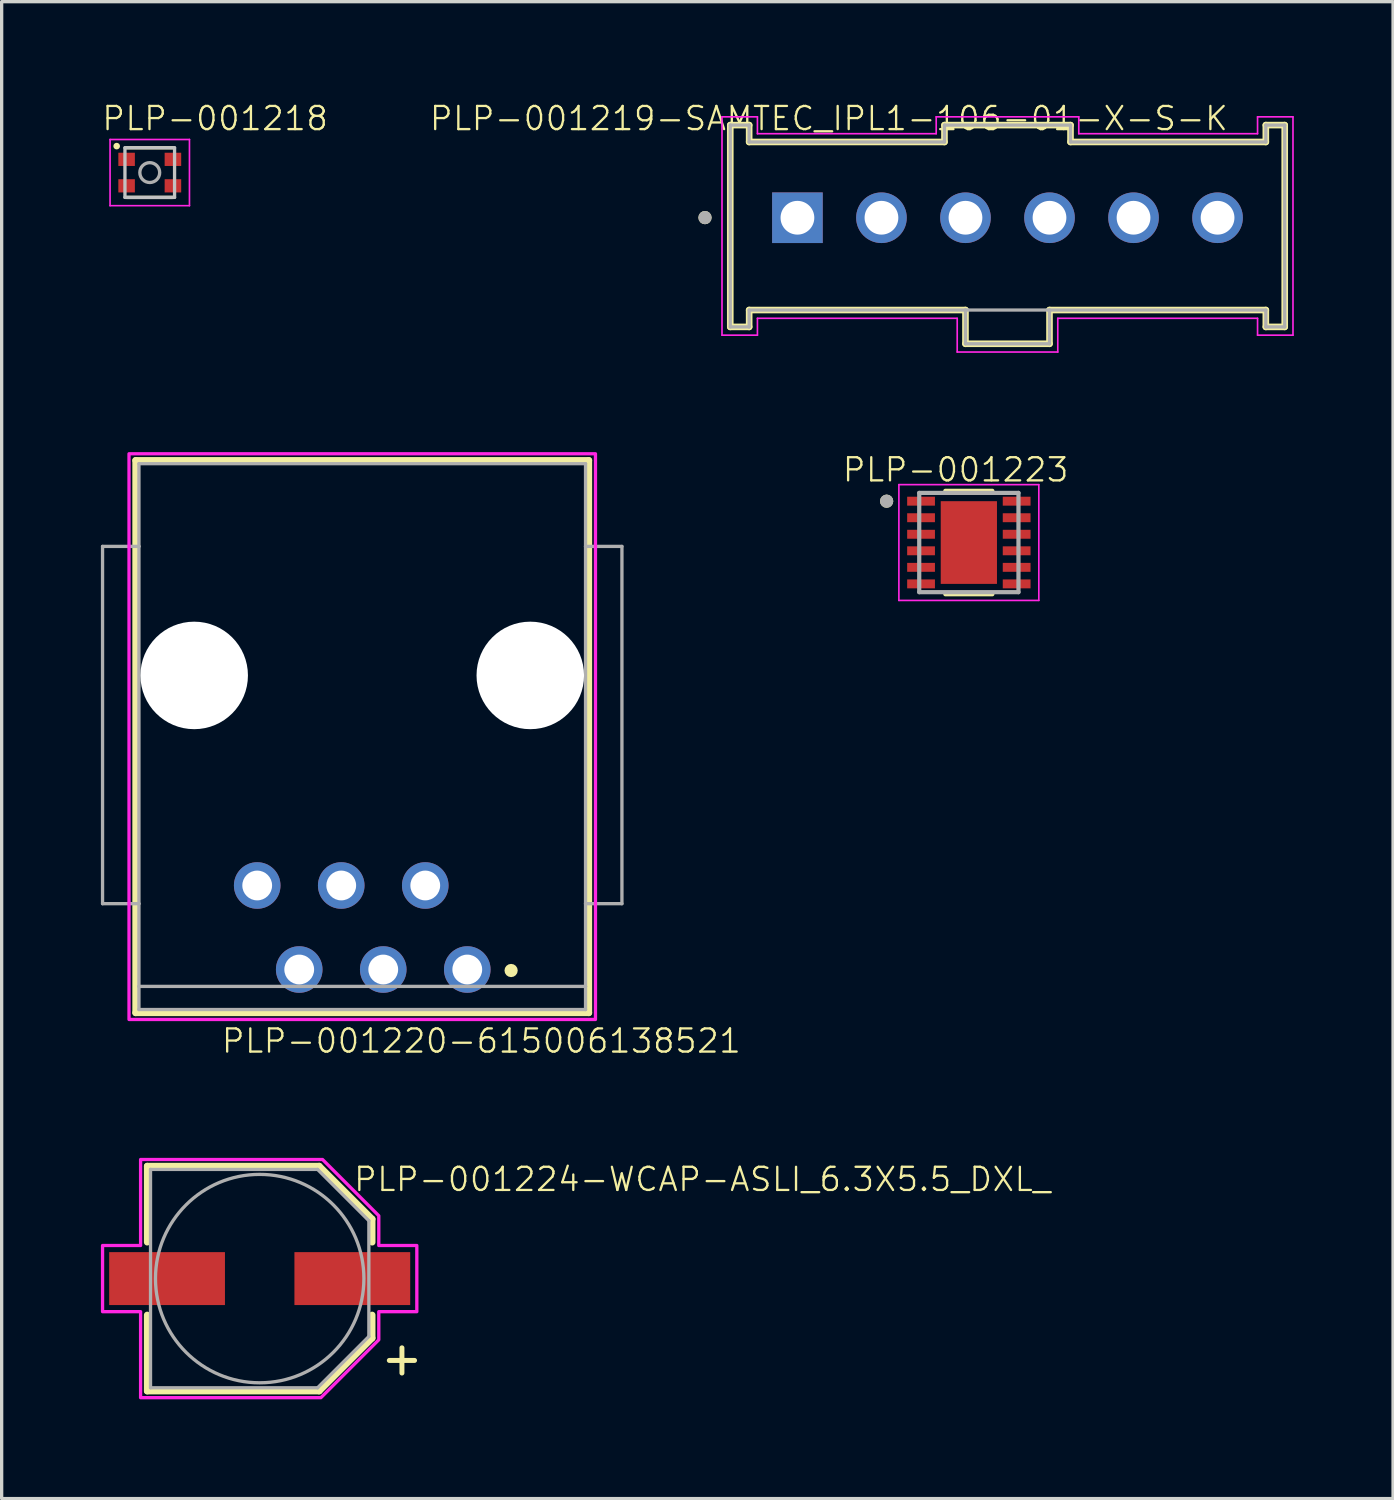
<source format=kicad_pcb>
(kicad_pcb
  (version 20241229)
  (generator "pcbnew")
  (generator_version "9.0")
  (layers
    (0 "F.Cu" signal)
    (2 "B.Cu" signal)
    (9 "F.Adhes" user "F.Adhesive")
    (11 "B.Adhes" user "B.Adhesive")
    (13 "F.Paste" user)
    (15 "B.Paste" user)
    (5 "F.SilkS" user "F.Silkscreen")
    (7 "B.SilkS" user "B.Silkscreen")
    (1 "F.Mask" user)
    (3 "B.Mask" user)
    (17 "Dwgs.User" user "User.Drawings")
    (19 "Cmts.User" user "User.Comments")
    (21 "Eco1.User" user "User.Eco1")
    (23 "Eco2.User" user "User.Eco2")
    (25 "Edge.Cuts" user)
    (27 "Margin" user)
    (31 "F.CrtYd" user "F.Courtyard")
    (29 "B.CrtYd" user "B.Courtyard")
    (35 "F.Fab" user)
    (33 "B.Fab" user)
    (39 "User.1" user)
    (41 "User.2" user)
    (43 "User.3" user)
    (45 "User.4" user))
  (footprint "PLP-001224-WCAP-ASLI_6.3X5.5_DXL_"
    (layer "F.Cu")
    (at 4.8 35.6)
    (property "Reference" "PLP-001224-WCAP-ASLI_6.3X5.5_DXL_" (at 2.8 -3 0) (layer "F.SilkS") (effects (font (size 0.7 0.7) (thickness 0.07)) (justify left)))
    (attr smd)
    (fp_line (start -3.4 -3.4) (end -3.4 -1.1) (stroke (width 0.2) (type solid)) (layer "F.SilkS"))
    (fp_line (start -3.4 -3.4) (end 1.8 -3.4) (stroke (width 0.2) (type solid)) (layer "F.SilkS"))
    (fp_line (start -3.4 3.4) (end -3.4 1.1) (stroke (width 0.2) (type solid)) (layer "F.SilkS"))
    (fp_line (start -3.4 3.4) (end 1.8 3.4) (stroke (width 0.2) (type solid)) (layer "F.SilkS"))
    (fp_line (start 1.8 -3.4) (end 3.4 -1.8) (stroke (width 0.2) (type solid)) (layer "F.SilkS"))
    (fp_line (start 1.8 3.4) (end 3.4 1.8) (stroke (width 0.2) (type solid)) (layer "F.SilkS"))
    (fp_line (start 3.4 -1.8) (end 3.4 -1.1) (stroke (width 0.2) (type solid)) (layer "F.SilkS"))
    (fp_line (start 3.4 1.8) (end 3.4 1.1) (stroke (width 0.2) (type solid)) (layer "F.SilkS"))
    (fp_poly (pts (xy 1.9 -3.6) (xy -3.6 -3.6) (xy -3.6 -1) (xy -4.75 -1) (xy -4.75 1) (xy -3.6 1) (xy -3.6 3.6) (xy 1.85 3.6) (xy 3.6 1.85) (xy 3.6 1) (xy 4.75 1) (xy 4.75 -1) (xy 3.6 -1) (xy 3.6 -1.9)) (stroke (width 0.1) (type solid)) (fill no) (layer "F.CrtYd"))
    (fp_line (start -3.3 -3.3) (end -3.3 3.3) (stroke (width 0.1) (type solid)) (layer "F.Fab"))
    (fp_line (start -3.3 3.3) (end 1.75 3.3) (stroke (width 0.1) (type solid)) (layer "F.Fab"))
    (fp_line (start 1.75 -3.3) (end -3.3 -3.3) (stroke (width 0.1) (type solid)) (layer "F.Fab"))
    (fp_line (start 1.75 3.3) (end 3.3 1.75) (stroke (width 0.1) (type solid)) (layer "F.Fab"))
    (fp_line (start 3.3 -1.75) (end 1.75 -3.3) (stroke (width 0.1) (type solid)) (layer "F.Fab"))
    (fp_line (start 3.3 1.75) (end 3.3 -1.75) (stroke (width 0.1) (type solid)) (layer "F.Fab"))
    (fp_circle (center 0 0) (end 3.15 0) (stroke (width 0.1) (type solid)) (fill no) (layer "F.Fab"))
    (fp_text user "+" (at 4.3 2.4 0) (layer "F.SilkS") (effects (font (size 1 1) (thickness 0.15))))
    (pad "1" smd rect (at 2.8 0) (size 3.5 1.6) (layers "F.Cu" "F.Mask" "F.Paste"))
    (pad "2" smd rect (at -2.8 0) (size 3.5 1.6) (layers "F.Cu" "F.Mask" "F.Paste")))
  (footprint "PLP-001218"
    (layer "F.Cu")
    (at 1.477 2.167)
    (property "Reference" "PLP-001218" (at 1.975 -1.635 0) (layer "F.SilkS") (effects (font (size 0.7 0.7) (thickness 0.07))))
    (attr smd)
    (fp_line (start -0.7 -0.75) (end 0.7 -0.75) (stroke (width 0.1) (type solid)) (layer "F.SilkS"))
    (fp_line (start -0.7 0.75) (end 0.7 0.75) (stroke (width 0.1) (type solid)) (layer "F.SilkS"))
    (fp_circle (center -1 -0.8) (end -0.95 -0.8) (stroke (width 0.1) (type solid)) (fill no) (layer "F.SilkS"))
    (fp_line (start -0.75 -0.75) (end -0.75 0.75) (stroke (width 0.1) (type solid)) (layer "Dwgs.User"))
    (fp_line (start -0.75 0.75) (end 0.75 0.75) (stroke (width 0.1) (type solid)) (layer "Dwgs.User"))
    (fp_line (start 0.75 -0.75) (end -0.75 -0.75) (stroke (width 0.1) (type solid)) (layer "Dwgs.User"))
    (fp_line (start 0.75 0.75) (end 0.75 -0.75) (stroke (width 0.1) (type solid)) (layer "Dwgs.User"))
    (fp_line (start -1.2 -1) (end -1.2 1) (stroke (width 0.05) (type solid)) (layer "F.CrtYd"))
    (fp_line (start -1.2 1) (end 1.2 1) (stroke (width 0.05) (type solid)) (layer "F.CrtYd"))
    (fp_line (start 1.2 -1) (end -1.2 -1) (stroke (width 0.05) (type solid)) (layer "F.CrtYd"))
    (fp_line (start 1.2 1) (end 1.2 -1) (stroke (width 0.05) (type solid)) (layer "F.CrtYd"))
    (fp_circle (center 0 0) (end 0.3 0) (stroke (width 0.1) (type solid)) (fill no) (layer "F.Fab"))
    (pad "1" smd rect (at -0.7 -0.4) (size 0.5 0.4) (layers "F.Cu" "F.Mask" "F.Paste"))
    (pad "2" smd rect (at -0.7 0.4) (size 0.5 0.4) (layers "F.Cu" "F.Mask" "F.Paste"))
    (pad "3" smd rect (at 0.7 0.4) (size 0.5 0.4) (layers "F.Cu" "F.Mask" "F.Paste"))
    (pad "4" smd rect (at 0.7 -0.4) (size 0.5 0.4) (layers "F.Cu" "F.Mask" "F.Paste")))
  (footprint "PLP-001219-SAMTEC_IPL1-106-01-X-S-K"
    (layer "F.Cu")
    (at 27.405 3.532)
    (property "Reference" "PLP-001219-SAMTEC_IPL1-106-01-X-S-K" (at -5.4 -3 0) (layer "F.SilkS") (effects (font (size 0.7 0.7) (thickness 0.07))))
    (attr through_hole)
    (fp_line (start -8.38 -2.8) (end -8.38 3.3) (stroke (width 0.2) (type solid)) (layer "F.SilkS"))
    (fp_line (start -8.38 3.3) (end -7.809 3.3) (stroke (width 0.2) (type solid)) (layer "F.SilkS"))
    (fp_line (start -7.809 -2.8) (end -8.38 -2.8) (stroke (width 0.2) (type solid)) (layer "F.SilkS"))
    (fp_line (start -7.809 -2.29) (end -7.809 -2.8) (stroke (width 0.2) (type solid)) (layer "F.SilkS"))
    (fp_line (start -7.809 2.79) (end -1.27 2.79) (stroke (width 0.2) (type solid)) (layer "F.SilkS"))
    (fp_line (start -7.809 3.3) (end -7.809 2.79) (stroke (width 0.2) (type solid)) (layer "F.SilkS"))
    (fp_line (start -1.905 -2.8) (end -1.905 -2.29) (stroke (width 0.2) (type solid)) (layer "F.SilkS"))
    (fp_line (start -1.905 -2.29) (end -7.809 -2.29) (stroke (width 0.2) (type solid)) (layer "F.SilkS"))
    (fp_line (start -1.27 2.79) (end -1.27 3.81) (stroke (width 0.2) (type solid)) (layer "F.SilkS"))
    (fp_line (start -1.27 3.81) (end 1.27 3.81) (stroke (width 0.2) (type solid)) (layer "F.SilkS"))
    (fp_line (start 1.27 2.79) (end 7.809 2.79) (stroke (width 0.2) (type solid)) (layer "F.SilkS"))
    (fp_line (start 1.27 3.81) (end 1.27 2.79) (stroke (width 0.2) (type solid)) (layer "F.SilkS"))
    (fp_line (start 1.905 -2.8) (end -1.905 -2.8) (stroke (width 0.2) (type solid)) (layer "F.SilkS"))
    (fp_line (start 1.905 -2.29) (end 1.905 -2.8) (stroke (width 0.2) (type solid)) (layer "F.SilkS"))
    (fp_line (start 7.809 -2.8) (end 7.809 -2.29) (stroke (width 0.2) (type solid)) (layer "F.SilkS"))
    (fp_line (start 7.809 -2.29) (end 1.905 -2.29) (stroke (width 0.2) (type solid)) (layer "F.SilkS"))
    (fp_line (start 7.809 2.79) (end 7.809 3.3) (stroke (width 0.2) (type solid)) (layer "F.SilkS"))
    (fp_line (start 7.809 3.3) (end 8.38 3.3) (stroke (width 0.2) (type solid)) (layer "F.SilkS"))
    (fp_line (start 8.38 -2.8) (end 7.809 -2.8) (stroke (width 0.2) (type solid)) (layer "F.SilkS"))
    (fp_line (start 8.38 3.3) (end 8.38 -2.8) (stroke (width 0.2) (type solid)) (layer "F.SilkS"))
    (fp_circle (center -9.144 -0.004) (end -9.044 -0.004) (stroke (width 0.2) (type solid)) (fill no) (layer "F.SilkS"))
    (fp_line (start -8.63 -3.05) (end -7.559 -3.05) (stroke (width 0.05) (type solid)) (layer "F.CrtYd"))
    (fp_line (start -8.63 3.55) (end -8.63 -3.05) (stroke (width 0.05) (type solid)) (layer "F.CrtYd"))
    (fp_line (start -7.559 -3.05) (end -7.559 -2.54) (stroke (width 0.05) (type solid)) (layer "F.CrtYd"))
    (fp_line (start -7.559 -2.54) (end -2.155 -2.54) (stroke (width 0.05) (type solid)) (layer "F.CrtYd"))
    (fp_line (start -7.559 3.04) (end -7.559 3.55) (stroke (width 0.05) (type solid)) (layer "F.CrtYd"))
    (fp_line (start -7.559 3.55) (end -8.63 3.55) (stroke (width 0.05) (type solid)) (layer "F.CrtYd"))
    (fp_line (start -2.155 -3.05) (end 2.155 -3.05) (stroke (width 0.05) (type solid)) (layer "F.CrtYd"))
    (fp_line (start -2.155 -2.54) (end -2.155 -3.05) (stroke (width 0.05) (type solid)) (layer "F.CrtYd"))
    (fp_line (start -1.52 3.04) (end -7.559 3.04) (stroke (width 0.05) (type solid)) (layer "F.CrtYd"))
    (fp_line (start -1.52 4.06) (end -1.52 3.04) (stroke (width 0.05) (type solid)) (layer "F.CrtYd"))
    (fp_line (start 1.52 3.04) (end 1.52 4.06) (stroke (width 0.05) (type solid)) (layer "F.CrtYd"))
    (fp_line (start 1.52 4.06) (end -1.52 4.06) (stroke (width 0.05) (type solid)) (layer "F.CrtYd"))
    (fp_line (start 2.155 -3.05) (end 2.155 -2.54) (stroke (width 0.05) (type solid)) (layer "F.CrtYd"))
    (fp_line (start 2.155 -2.54) (end 7.559 -2.54) (stroke (width 0.05) (type solid)) (layer "F.CrtYd"))
    (fp_line (start 7.559 -3.05) (end 8.63 -3.05) (stroke (width 0.05) (type solid)) (layer "F.CrtYd"))
    (fp_line (start 7.559 -2.54) (end 7.559 -3.05) (stroke (width 0.05) (type solid)) (layer "F.CrtYd"))
    (fp_line (start 7.559 3.04) (end 1.52 3.04) (stroke (width 0.05) (type solid)) (layer "F.CrtYd"))
    (fp_line (start 7.559 3.55) (end 7.559 3.04) (stroke (width 0.05) (type solid)) (layer "F.CrtYd"))
    (fp_line (start 8.63 -3.05) (end 8.63 3.55) (stroke (width 0.05) (type solid)) (layer "F.CrtYd"))
    (fp_line (start 8.63 3.55) (end 7.559 3.55) (stroke (width 0.05) (type solid)) (layer "F.CrtYd"))
    (fp_line (start -8.38 -2.8) (end -8.38 3.3) (stroke (width 0.1) (type solid)) (layer "F.Fab"))
    (fp_line (start -8.38 3.3) (end -7.809 3.3) (stroke (width 0.1) (type solid)) (layer "F.Fab"))
    (fp_line (start -7.809 -2.8) (end -8.38 -2.8) (stroke (width 0.1) (type solid)) (layer "F.Fab"))
    (fp_line (start -7.809 -2.29) (end -7.809 -2.8) (stroke (width 0.1) (type solid)) (layer "F.Fab"))
    (fp_line (start -7.809 2.79) (end -1.27 2.79) (stroke (width 0.1) (type solid)) (layer "F.Fab"))
    (fp_line (start -7.809 3.3) (end -7.809 2.79) (stroke (width 0.1) (type solid)) (layer "F.Fab"))
    (fp_line (start -1.905 -2.8) (end -1.905 -2.29) (stroke (width 0.1) (type solid)) (layer "F.Fab"))
    (fp_line (start -1.905 -2.29) (end -7.809 -2.29) (stroke (width 0.1) (type solid)) (layer "F.Fab"))
    (fp_line (start -1.27 2.79) (end -1.27 3.81) (stroke (width 0.1) (type solid)) (layer "F.Fab"))
    (fp_line (start -1.27 2.79) (end 1.27 2.79) (stroke (width 0.1) (type solid)) (layer "F.Fab"))
    (fp_line (start -1.27 3.81) (end 1.27 3.81) (stroke (width 0.1) (type solid)) (layer "F.Fab"))
    (fp_line (start 1.27 2.79) (end 7.809 2.79) (stroke (width 0.1) (type solid)) (layer "F.Fab"))
    (fp_line (start 1.27 3.81) (end 1.27 2.79) (stroke (width 0.1) (type solid)) (layer "F.Fab"))
    (fp_line (start 1.905 -2.8) (end -1.905 -2.8) (stroke (width 0.1) (type solid)) (layer "F.Fab"))
    (fp_line (start 1.905 -2.29) (end 1.905 -2.8) (stroke (width 0.1) (type solid)) (layer "F.Fab"))
    (fp_line (start 7.809 -2.8) (end 7.809 -2.29) (stroke (width 0.1) (type solid)) (layer "F.Fab"))
    (fp_line (start 7.809 -2.29) (end 1.905 -2.29) (stroke (width 0.1) (type solid)) (layer "F.Fab"))
    (fp_line (start 7.809 2.79) (end 7.809 3.3) (stroke (width 0.1) (type solid)) (layer "F.Fab"))
    (fp_line (start 7.809 3.3) (end 8.38 3.3) (stroke (width 0.1) (type solid)) (layer "F.Fab"))
    (fp_line (start 8.38 -2.8) (end 7.809 -2.8) (stroke (width 0.1) (type solid)) (layer "F.Fab"))
    (fp_line (start 8.38 3.3) (end 8.38 -2.8) (stroke (width 0.1) (type solid)) (layer "F.Fab"))
    (fp_circle (center -9.144 -0.004) (end -9.044 -0.004) (stroke (width 0.2) (type solid)) (fill no) (layer "F.Fab"))
    (pad "01" thru_hole rect (at -6.35 0) (size 1.53 1.53) (drill 1.02) (layers "*.Cu" "*.Mask"))
    (pad "02" thru_hole circle (at -3.81 0) (size 1.53 1.53) (drill 1.02) (layers "*.Cu" "*.Mask"))
    (pad "03" thru_hole circle (at -1.27 0) (size 1.53 1.53) (drill 1.02) (layers "*.Cu" "*.Mask"))
    (pad "04" thru_hole circle (at 1.27 0) (size 1.53 1.53) (drill 1.02) (layers "*.Cu" "*.Mask"))
    (pad "05" thru_hole circle (at 3.81 0) (size 1.53 1.53) (drill 1.02) (layers "*.Cu" "*.Mask"))
    (pad "06" thru_hole circle (at 6.35 0) (size 1.53 1.53) (drill 1.02) (layers "*.Cu" "*.Mask")))
  (footprint "PLP-001223"
    (layer "F.Cu")
    (at 26.237 13.35)
    (property "Reference" "PLP-001223" (at -0.4 -2.2 0) (layer "F.SilkS") (effects (font (size 0.7 0.7) (thickness 0.07))))
    (attr smd)
    (fp_poly (pts (xy -1.915 -1.435) (xy -0.975 -1.435) (xy -0.975 -1.065) (xy -1.915 -1.065)) (stroke (width 0.01) (type solid)) (fill yes) (layer "F.Mask"))
    (fp_poly (pts (xy -1.915 -0.935) (xy -0.975 -0.935) (xy -0.975 -0.565) (xy -1.915 -0.565)) (stroke (width 0.01) (type solid)) (fill yes) (layer "F.Mask"))
    (fp_poly (pts (xy -1.915 -0.435) (xy -0.975 -0.435) (xy -0.975 -0.065) (xy -1.915 -0.065)) (stroke (width 0.01) (type solid)) (fill yes) (layer "F.Mask"))
    (fp_poly (pts (xy -1.915 0.065) (xy -0.975 0.065) (xy -0.975 0.435) (xy -1.915 0.435)) (stroke (width 0.01) (type solid)) (fill yes) (layer "F.Mask"))
    (fp_poly (pts (xy -1.915 0.565) (xy -0.975 0.565) (xy -0.975 0.935) (xy -1.915 0.935)) (stroke (width 0.01) (type solid)) (fill yes) (layer "F.Mask"))
    (fp_poly (pts (xy -1.915 1.065) (xy -0.975 1.065) (xy -0.975 1.435) (xy -1.915 1.435)) (stroke (width 0.01) (type solid)) (fill yes) (layer "F.Mask"))
    (fp_poly (pts (xy -0.9 -1.3) (xy 0.9 -1.3) (xy 0.9 1.3) (xy -0.9 1.3)) (stroke (width 0.01) (type solid)) (fill yes) (layer "F.Mask"))
    (fp_poly (pts (xy 0.975 -1.435) (xy 1.915 -1.435) (xy 1.915 -1.065) (xy 0.975 -1.065)) (stroke (width 0.01) (type solid)) (fill yes) (layer "F.Mask"))
    (fp_poly (pts (xy 0.975 -0.935) (xy 1.915 -0.935) (xy 1.915 -0.565) (xy 0.975 -0.565)) (stroke (width 0.01) (type solid)) (fill yes) (layer "F.Mask"))
    (fp_poly (pts (xy 0.975 -0.435) (xy 1.915 -0.435) (xy 1.915 -0.065) (xy 0.975 -0.065)) (stroke (width 0.01) (type solid)) (fill yes) (layer "F.Mask"))
    (fp_poly (pts (xy 0.975 0.065) (xy 1.915 0.065) (xy 1.915 0.435) (xy 0.975 0.435)) (stroke (width 0.01) (type solid)) (fill yes) (layer "F.Mask"))
    (fp_poly (pts (xy 0.975 0.565) (xy 1.915 0.565) (xy 1.915 0.935) (xy 0.975 0.935)) (stroke (width 0.01) (type solid)) (fill yes) (layer "F.Mask"))
    (fp_poly (pts (xy 0.975 1.065) (xy 1.915 1.065) (xy 1.915 1.435) (xy 0.975 1.435)) (stroke (width 0.01) (type solid)) (fill yes) (layer "F.Mask"))
    (fp_line (start -0.71 -1.563) (end 0.71 -1.563) (stroke (width 0.127) (type solid)) (layer "F.SilkS"))
    (fp_line (start -0.71 1.563) (end 0.71 1.563) (stroke (width 0.127) (type solid)) (layer "F.SilkS"))
    (fp_circle (center -2.485 -1.25) (end -2.385 -1.25) (stroke (width 0.2) (type solid)) (fill no) (layer "F.SilkS"))
    (fp_poly (pts (xy -0.54 -0.79) (xy 0.54 -0.79) (xy 0.54 0.79) (xy -0.54 0.79)) (stroke (width 0.01) (type solid)) (fill yes) (layer "F.Paste"))
    (fp_line (start -2.115 -1.75) (end -2.115 1.75) (stroke (width 0.05) (type solid)) (layer "F.CrtYd"))
    (fp_line (start -2.115 -1.75) (end 2.115 -1.75) (stroke (width 0.05) (type solid)) (layer "F.CrtYd"))
    (fp_line (start -2.115 1.75) (end 2.115 1.75) (stroke (width 0.05) (type solid)) (layer "F.CrtYd"))
    (fp_line (start 2.115 -1.75) (end 2.115 1.75) (stroke (width 0.05) (type solid)) (layer "F.CrtYd"))
    (fp_line (start -1.5 -1.5) (end -1.5 1.5) (stroke (width 0.127) (type solid)) (layer "F.Fab"))
    (fp_line (start -1.5 -1.5) (end 1.5 -1.5) (stroke (width 0.127) (type solid)) (layer "F.Fab"))
    (fp_line (start -1.5 1.5) (end 1.5 1.5) (stroke (width 0.127) (type solid)) (layer "F.Fab"))
    (fp_line (start 1.5 -1.5) (end 1.5 1.5) (stroke (width 0.127) (type solid)) (layer "F.Fab"))
    (fp_circle (center -2.485 -1.25) (end -2.385 -1.25) (stroke (width 0.2) (type solid)) (fill no) (layer "F.Fab"))
    (pad "1" smd rect (at -1.445 -1.25) (size 0.84 0.27) (layers "F.Cu" "F.Paste"))
    (pad "2" smd rect (at -1.445 -0.75) (size 0.84 0.27) (layers "F.Cu" "F.Paste"))
    (pad "3" smd rect (at -1.445 -0.25) (size 0.84 0.27) (layers "F.Cu" "F.Paste"))
    (pad "4" smd rect (at -1.445 0.25) (size 0.84 0.27) (layers "F.Cu" "F.Paste"))
    (pad "5" smd rect (at -1.445 0.75) (size 0.84 0.27) (layers "F.Cu" "F.Paste"))
    (pad "6" smd rect (at -1.445 1.25) (size 0.84 0.27) (layers "F.Cu" "F.Paste"))
    (pad "7" smd rect (at 1.445 1.25) (size 0.84 0.27) (layers "F.Cu" "F.Paste"))
    (pad "8" smd rect (at 1.445 0.75) (size 0.84 0.27) (layers "F.Cu" "F.Paste"))
    (pad "9" smd rect (at 1.445 0.25) (size 0.84 0.27) (layers "F.Cu" "F.Paste"))
    (pad "10" smd rect (at 1.445 -0.25) (size 0.84 0.27) (layers "F.Cu" "F.Paste"))
    (pad "11" smd rect (at 1.445 -0.75) (size 0.84 0.27) (layers "F.Cu" "F.Paste"))
    (pad "12" smd rect (at 1.445 -1.25) (size 0.84 0.27) (layers "F.Cu" "F.Paste"))
    (pad "13" smd rect (at 0 0) (size 1.7 2.5) (layers "F.Cu")))
  (footprint "PLP-001220-615006138521"
    (layer "F.Cu")
    (at 7.9 19.217)
    (property "Reference" "PLP-001220-615006138521" (at 3.6 9.2 0) (layer "F.SilkS") (effects (font (size 0.7 0.7) (thickness 0.07))))
    (attr through_hole)
    (fp_line (start -6.85 -8.35) (end 6.85 -8.35) (stroke (width 0.2) (type solid)) (layer "F.SilkS"))
    (fp_line (start -6.85 8.35) (end -6.85 -8.35) (stroke (width 0.2) (type solid)) (layer "F.SilkS"))
    (fp_line (start 6.85 -8.35) (end 6.85 8.35) (stroke (width 0.2) (type solid)) (layer "F.SilkS"))
    (fp_line (start 6.85 8.35) (end -6.85 8.35) (stroke (width 0.2) (type solid)) (layer "F.SilkS"))
    (fp_circle (center 4.5 7.07) (end 4.6 7.07) (stroke (width 0.2) (type solid)) (fill no) (layer "F.SilkS"))
    (fp_poly (pts (xy -7.05 -8.55) (xy 7.05 -8.55) (xy 7.05 8.55) (xy -7.05 8.55)) (stroke (width 0.1) (type solid)) (fill no) (layer "F.CrtYd"))
    (fp_line (start -7.85 -5.75) (end -7.85 5.05) (stroke (width 0.1) (type solid)) (layer "F.Fab"))
    (fp_line (start -7.85 5.05) (end -6.75 5.05) (stroke (width 0.1) (type solid)) (layer "F.Fab"))
    (fp_line (start -6.75 -8.25) (end -6.75 -5.75) (stroke (width 0.1) (type solid)) (layer "F.Fab"))
    (fp_line (start -6.75 -5.75) (end -7.85 -5.75) (stroke (width 0.1) (type solid)) (layer "F.Fab"))
    (fp_line (start -6.75 -5.75) (end -6.75 5.05) (stroke (width 0.1) (type solid)) (layer "F.Fab"))
    (fp_line (start -6.75 5.05) (end -6.75 7.55) (stroke (width 0.1) (type solid)) (layer "F.Fab"))
    (fp_line (start -6.75 7.55) (end -6.75 8.25) (stroke (width 0.1) (type solid)) (layer "F.Fab"))
    (fp_line (start -6.75 7.55) (end 6.75 7.55) (stroke (width 0.1) (type solid)) (layer "F.Fab"))
    (fp_line (start -6.75 8.25) (end 6.75 8.25) (stroke (width 0.1) (type solid)) (layer "F.Fab"))
    (fp_line (start 6.75 -8.25) (end -6.75 -8.25) (stroke (width 0.1) (type solid)) (layer "F.Fab"))
    (fp_line (start 6.75 -5.75) (end 6.75 -8.25) (stroke (width 0.1) (type solid)) (layer "F.Fab"))
    (fp_line (start 6.75 -5.75) (end 7.85 -5.75) (stroke (width 0.1) (type solid)) (layer "F.Fab"))
    (fp_line (start 6.75 5.05) (end 6.75 -5.75) (stroke (width 0.1) (type solid)) (layer "F.Fab"))
    (fp_line (start 6.75 7.55) (end 6.75 5.05) (stroke (width 0.1) (type solid)) (layer "F.Fab"))
    (fp_line (start 6.75 8.25) (end 6.75 7.55) (stroke (width 0.1) (type solid)) (layer "F.Fab"))
    (fp_line (start 7.85 -5.75) (end 7.85 5.05) (stroke (width 0.1) (type solid)) (layer "F.Fab"))
    (fp_line (start 7.85 5.05) (end 6.75 5.05) (stroke (width 0.1) (type solid)) (layer "F.Fab"))
    (pad "" np_thru_hole circle (at -5.08 -1.85) (size 3.25 3.25) (drill 3.25) (layers "*.Cu" "*.Mask"))
    (pad "" np_thru_hole circle (at 5.08 -1.85) (size 3.25 3.25) (drill 3.25) (layers "*.Cu" "*.Mask"))
    (pad "1" thru_hole circle (at 3.175 7.04) (size 1.408 1.408) (drill 0.9) (layers "*.Cu" "*.Mask"))
    (pad "2" thru_hole circle (at 1.905 4.5) (size 1.408 1.408) (drill 0.9) (layers "*.Cu" "*.Mask"))
    (pad "3" thru_hole circle (at 0.635 7.04) (size 1.408 1.408) (drill 0.9) (layers "*.Cu" "*.Mask"))
    (pad "4" thru_hole circle (at -0.635 4.5) (size 1.408 1.408) (drill 0.9) (layers "*.Cu" "*.Mask"))
    (pad "5" thru_hole circle (at -1.905 7.04) (size 1.408 1.408) (drill 0.9) (layers "*.Cu" "*.Mask"))
    (pad "6" thru_hole circle (at -3.175 4.5) (size 1.408 1.408) (drill 0.9) (layers "*.Cu" "*.Mask")))
  (gr_rect
    (start -3 -3)
    (end 39.06 42.25)
    (stroke (width 0.1) (type default))
    (fill no)
    (layer "Edge.Cuts")))
</source>
